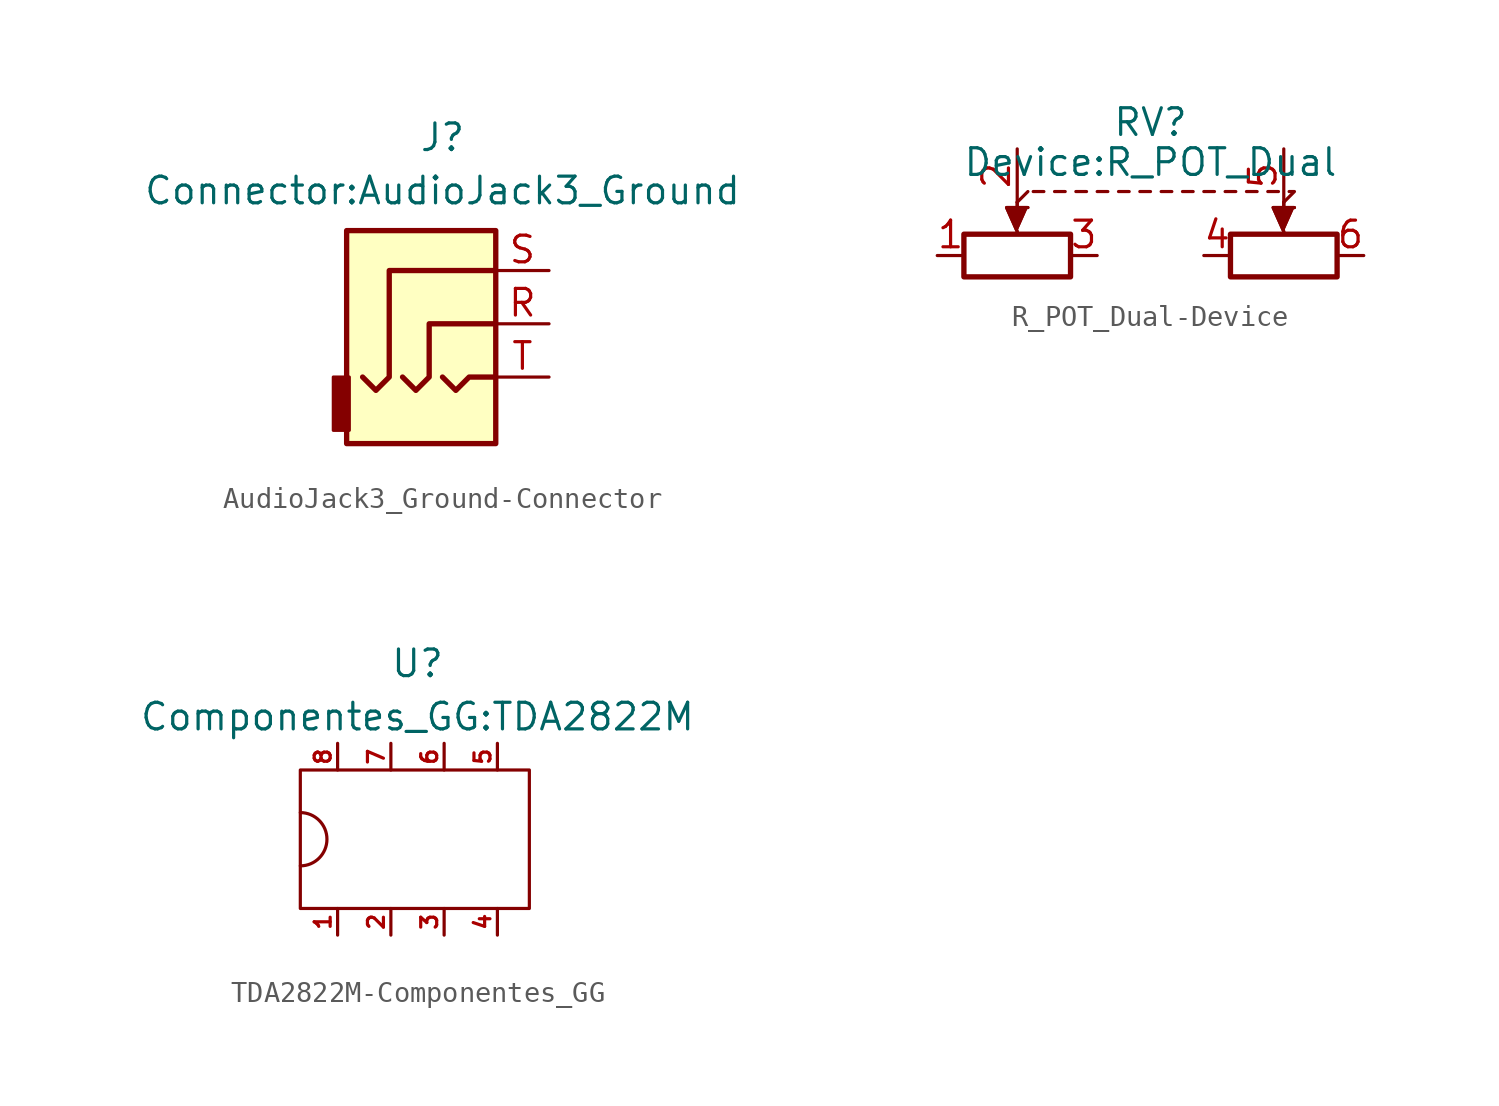
<source format=kicad_sym>
(kicad_symbol_lib
  (version 20220914)
  (generator kicad_symbol_editor)
  (symbol "AudioJack3_Ground-Connector"
    (pin_names
      (offset 1.016))
    (property "Reference" "J"
      (at 0 8.89 0)
      (effects (font (size 1.27 1.27))))
    (property "Value" "Connector:AudioJack3_Ground"
      (at 0 6.35 0)
      (effects (font (size 1.27 1.27))))
    (symbol "AudioJack3_Ground-Connector_0_1"
      (rectangle (start -4.445 -5.08) (end -5.207 -2.54) (stroke (width 0) (type solid)) (fill (type outline)))
      (polyline (pts (xy 0 -2.54) (xy 0.635 -3.175) (xy 1.27 -2.54) (xy 2.54 -2.54)) (stroke (width 0.254) (type solid)) (fill (type none)))
      (polyline (pts (xy -1.905 -2.54) (xy -1.27 -3.175) (xy -0.635 -2.54) (xy -0.635 0) (xy 2.54 0)) (stroke (width 0.254) (type solid)) (fill (type none)))
      (polyline (pts (xy 2.54 2.54) (xy -2.54 2.54) (xy -2.54 -2.54) (xy -3.175 -3.175) (xy -3.81 -2.54)) (stroke (width 0.254) (type solid)) (fill (type none)))
      (rectangle (start 2.54 -5.715) (end -4.572 4.445) (stroke (width 0.254) (type solid)) (fill (type background))))
    (symbol "AudioJack3_Ground-Connector_1_1"
      (pin passive line (at 5.08 0 180) (length 2.54) (name "~" (effects (font (size 1.27 1.27)))) (number "R" (effects (font (size 1.27 1.27)))))
      (pin passive line (at 5.08 2.54 180) (length 2.54) (name "~" (effects (font (size 1.27 1.27)))) (number "S" (effects (font (size 1.27 1.27)))))
      (pin passive line (at 5.08 -2.54 180) (length 2.54) (name "~" (effects (font (size 1.27 1.27)))) (number "T" (effects (font (size 1.27 1.27)))))))
  (symbol "R_POT_Dual-Device"
    (pin_names
      (offset 1.016) hide)
    (property "Reference" "RV"
      (at 0 3.81 0)
      (effects (font (size 1.27 1.27))))
    (property "Value" "Device:R_POT_Dual"
      (at 0 1.905 0)
      (effects (font (size 1.27 1.27))))
    (symbol "R_POT_Dual-Device_0_1"
      (rectangle (start -8.89 -1.524) (end -3.81 -3.556) (stroke (width 0.254) (type solid)) (fill (type none)))
      (polyline (pts (xy -6.35 0) (xy -6.35 -1.016)) (stroke (width 0) (type solid)) (fill (type none)))
      (polyline (pts (xy -6.35 0) (xy -6.35 -1.016)) (stroke (width 0) (type solid)) (fill (type none)))
      (polyline (pts (xy -6.35 0) (xy -5.842 0.508)) (stroke (width 0) (type solid)) (fill (type none)))
      (polyline (pts (xy -5.588 0.508) (xy -5.08 0.508)) (stroke (width 0) (type solid)) (fill (type none)))
      (polyline (pts (xy -4.572 0.508) (xy -4.064 0.508)) (stroke (width 0) (type solid)) (fill (type none)))
      (polyline (pts (xy -3.556 0.508) (xy -3.048 0.508)) (stroke (width 0) (type solid)) (fill (type none)))
      (polyline (pts (xy -2.54 0.508) (xy -2.032 0.508)) (stroke (width 0) (type solid)) (fill (type none)))
      (polyline (pts (xy -1.524 0.508) (xy -1.016 0.508)) (stroke (width 0) (type solid)) (fill (type none)))
      (polyline (pts (xy -0.508 0.508) (xy 0 0.508)) (stroke (width 0) (type solid)) (fill (type none)))
      (polyline (pts (xy 0.508 0.508) (xy 1.016 0.508)) (stroke (width 0) (type solid)) (fill (type none)))
      (polyline (pts (xy 1.524 0.508) (xy 2.032 0.508)) (stroke (width 0) (type solid)) (fill (type none)))
      (polyline (pts (xy 2.54 0.508) (xy 3.048 0.508)) (stroke (width 0) (type solid)) (fill (type none)))
      (polyline (pts (xy 3.556 0.508) (xy 4.064 0.508)) (stroke (width 0) (type solid)) (fill (type none)))
      (polyline (pts (xy 4.572 0.508) (xy 5.08 0.508)) (stroke (width 0) (type solid)) (fill (type none)))
      (polyline (pts (xy 5.588 0.508) (xy 6.096 0.508)) (stroke (width 0) (type solid)) (fill (type none)))
      (polyline (pts (xy 6.35 0) (xy 6.35 -1.016)) (stroke (width 0) (type solid)) (fill (type none)))
      (polyline (pts (xy 6.35 0) (xy 6.35 -1.016)) (stroke (width 0) (type solid)) (fill (type none)))
      (polyline (pts (xy -6.35 -1.397) (xy -6.858 -0.254) (xy -5.842 -0.254)) (stroke (width 0) (type solid)) (fill (type outline)))
      (polyline (pts (xy -6.35 -1.397) (xy -6.858 -0.254) (xy -5.842 -0.254)) (stroke (width 0) (type solid)) (fill (type outline)))
      (polyline (pts (xy 6.35 -1.397) (xy 5.842 -0.254) (xy 6.858 -0.254)) (stroke (width 0) (type solid)) (fill (type outline)))
      (polyline (pts (xy 6.35 -1.397) (xy 5.842 -0.254) (xy 6.858 -0.254)) (stroke (width 0) (type solid)) (fill (type outline)))
      (polyline (pts (xy 6.604 0.508) (xy 6.858 0.508) (xy 6.35 0)) (stroke (width 0) (type solid)) (fill (type none)))
      (rectangle (start 3.81 -1.524) (end 8.89 -3.556) (stroke (width 0.254) (type solid)) (fill (type none))))
    (symbol "R_POT_Dual-Device_1_1"
      (pin passive line (at -10.16 -2.54 0) (length 1.27) (name "1" (effects (font (size 1.27 1.27)))) (number "1" (effects (font (size 1.27 1.27)))))
      (pin passive line (at -6.35 2.54 270) (length 2.54) (name "2" (effects (font (size 1.27 1.27)))) (number "2" (effects (font (size 1.27 1.27)))))
      (pin passive line (at -2.54 -2.54 180) (length 1.27) (name "3" (effects (font (size 1.27 1.27)))) (number "3" (effects (font (size 1.27 1.27)))))
      (pin passive line (at 2.54 -2.54 0) (length 1.27) (name "4" (effects (font (size 1.27 1.27)))) (number "4" (effects (font (size 1.27 1.27)))))
      (pin passive line (at 6.35 2.54 270) (length 2.54) (name "5" (effects (font (size 1.27 1.27)))) (number "5" (effects (font (size 1.27 1.27)))))
      (pin passive line (at 10.16 -2.54 180) (length 1.27) (name "6" (effects (font (size 1.27 1.27)))) (number "6" (effects (font (size 1.27 1.27)))))))
  (symbol "TDA2822M-Componentes_GG"
    (pin_names
      (offset 1.016))
    (property "Reference" "U"
      (at -12.7 1.27 0)
      (effects (font (size 1.27 1.27))))
    (property "Value" "Componentes_GG:TDA2822M"
      (at -12.7 -1.27 0)
      (effects (font (size 1.27 1.27))))
    (symbol "TDA2822M-Componentes_GG_0_1"
      (arc (start -18.288 -8.382) (mid -17.0235 -7.112) (end -18.288 -5.842) (stroke (width 0) (type solid)) (fill (type none)))
      (polyline (pts (xy -18.288 -3.81) (xy -7.366 -3.81) (xy -7.366 -10.414) (xy -18.288 -10.414) (xy -18.288 -3.81)) (stroke (width 0) (type solid)) (fill (type none))))
    (symbol "TDA2822M-Componentes_GG_1_1"
      (pin output line (at -16.51 -11.684 90) (length 1.27) (name "~" (effects (font (size 1.778 1.778)))) (number "1" (effects (font (size 0.762 0.762)))))
      (pin power_in line (at -13.97 -11.684 90) (length 1.27) (name "~" (effects (font (size 1.778 1.778)))) (number "2" (effects (font (size 0.762 0.762)))))
      (pin output line (at -11.43 -11.684 90) (length 1.27) (name "~" (effects (font (size 1.778 1.778)))) (number "3" (effects (font (size 0.762 0.762)))))
      (pin power_in line (at -8.89 -11.684 90) (length 1.27) (name "~" (effects (font (size 1.778 1.778)))) (number "4" (effects (font (size 0.762 0.762)))))
      (pin input line (at -8.89 -2.54 270) (length 1.27) (name "~" (effects (font (size 1.778 1.778)))) (number "5" (effects (font (size 0.762 0.762)))))
      (pin input line (at -11.43 -2.54 270) (length 1.27) (name "~" (effects (font (size 1.778 1.778)))) (number "6" (effects (font (size 0.762 0.762)))))
      (pin input line (at -13.97 -2.54 270) (length 1.27) (name "~" (effects (font (size 1.778 1.778)))) (number "7" (effects (font (size 0.762 0.762)))))
      (pin input line (at -16.51 -2.54 270) (length 1.27) (name "~" (effects (font (size 1.778 1.778)))) (number "8" (effects (font (size 0.762 0.762))))))))
</source>
